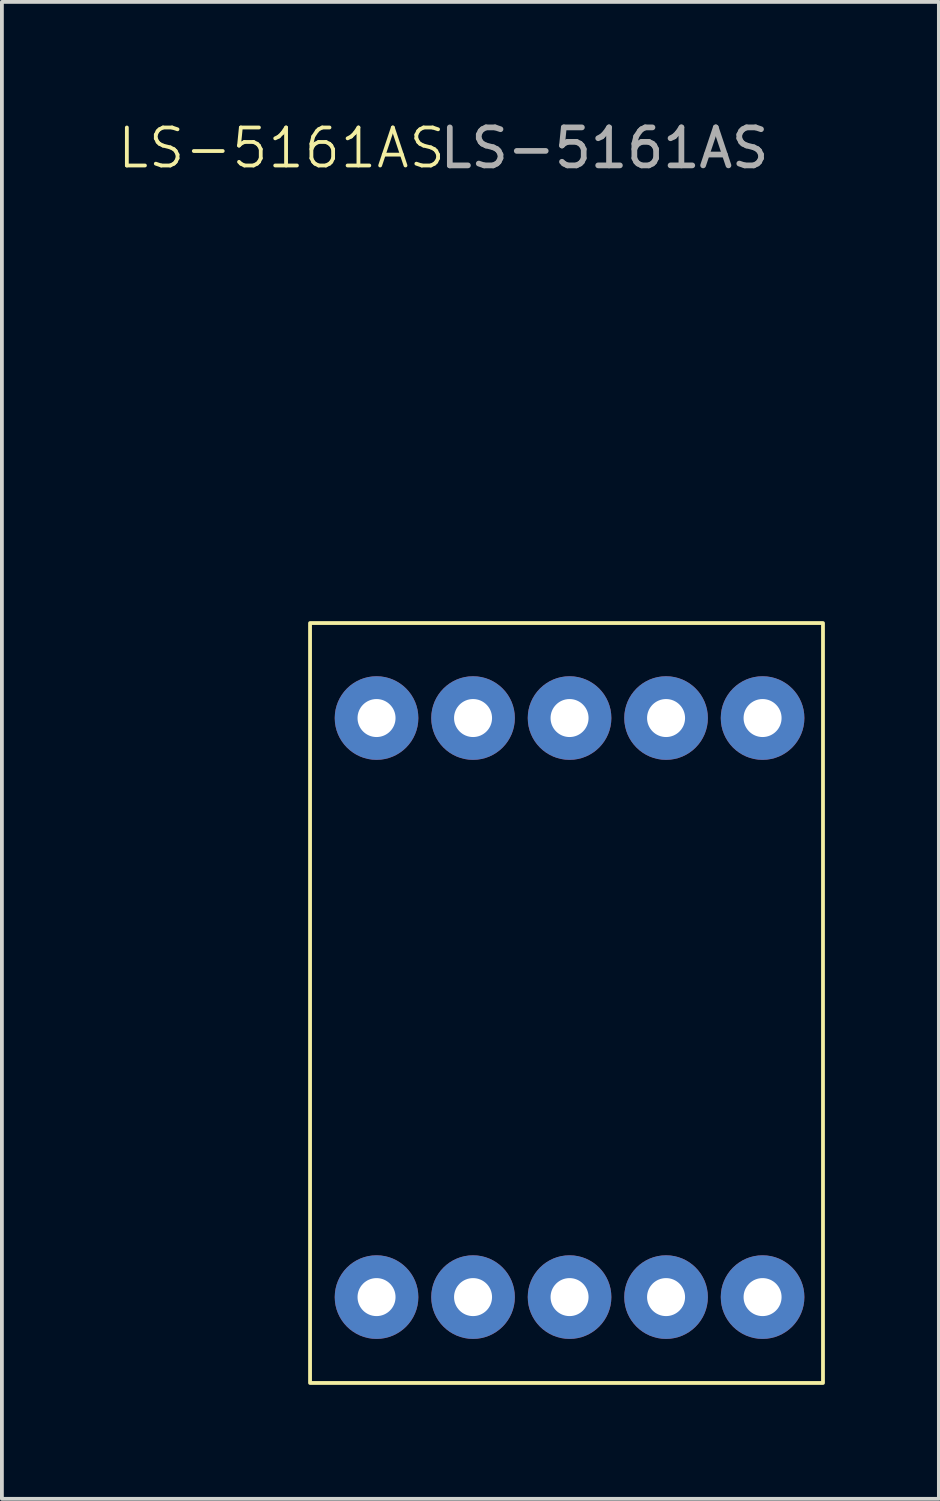
<source format=kicad_pcb>
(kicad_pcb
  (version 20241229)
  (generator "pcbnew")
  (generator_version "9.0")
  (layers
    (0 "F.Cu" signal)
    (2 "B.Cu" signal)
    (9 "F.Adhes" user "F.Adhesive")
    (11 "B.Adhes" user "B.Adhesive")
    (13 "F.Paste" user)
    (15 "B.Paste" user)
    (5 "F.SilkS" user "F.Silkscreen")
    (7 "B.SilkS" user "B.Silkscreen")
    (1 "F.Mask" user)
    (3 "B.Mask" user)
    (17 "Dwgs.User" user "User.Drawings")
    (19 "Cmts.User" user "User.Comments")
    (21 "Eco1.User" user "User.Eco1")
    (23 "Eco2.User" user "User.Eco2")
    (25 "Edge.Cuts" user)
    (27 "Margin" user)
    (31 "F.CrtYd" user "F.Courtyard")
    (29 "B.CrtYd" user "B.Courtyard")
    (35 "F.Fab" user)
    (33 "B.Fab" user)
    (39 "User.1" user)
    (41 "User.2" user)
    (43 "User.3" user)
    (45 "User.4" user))
  (footprint "LS-5161AS"
    (layer "F.Cu")
    (at 6.86 15.848)
    (property "Reference" "LS-5161AS" (at -2.5 -15 0) (unlocked yes) (layer "F.SilkS") (effects (font (size 1 1) (thickness 0.1))))
    (attr through_hole)
    (fp_rect (start -1.75 -2.5) (end 11.75 17.5) (stroke (width 0.1) (type default)) (fill no) (layer "F.SilkS"))
    (fp_text user "${REFERENCE}" (at 6 -15 0) (unlocked yes) (layer "F.Fab") (effects (font (size 1 1) (thickness 0.15))))
    (pad "1" thru_hole circle (at 0 0) (size 2.2 2.2) (drill 1) (layers "*.Cu" "*.Mask"))
    (pad "2" thru_hole circle (at 2.54 0) (size 2.2 2.2) (drill 1) (layers "*.Cu" "*.Mask"))
    (pad "3" thru_hole circle (at 5.08 0) (size 2.2 2.2) (drill 1) (layers "*.Cu" "*.Mask"))
    (pad "4" thru_hole circle (at 7.62 0) (size 2.2 2.2) (drill 1) (layers "*.Cu" "*.Mask"))
    (pad "5" thru_hole circle (at 10.16 0) (size 2.2 2.2) (drill 1) (layers "*.Cu" "*.Mask"))
    (pad "6" thru_hole circle (at 0 15.24) (size 2.2 2.2) (drill 1) (layers "*.Cu" "*.Mask"))
    (pad "7" thru_hole circle (at 2.54 15.24) (size 2.2 2.2) (drill 1) (layers "*.Cu" "*.Mask"))
    (pad "8" thru_hole circle (at 5.08 15.24) (size 2.2 2.2) (drill 1) (layers "*.Cu" "*.Mask"))
    (pad "9" thru_hole circle (at 7.62 15.24) (size 2.2 2.2) (drill 1) (layers "*.Cu" "*.Mask"))
    (pad "10" thru_hole circle (at 10.16 15.24) (size 2.2 2.2) (drill 1) (layers "*.Cu" "*.Mask")))
  (gr_rect
    (start -3 -3)
    (end 21.66 36.398)
    (stroke (width 0.1) (type default))
    (fill no)
    (layer "Edge.Cuts")))
</source>
